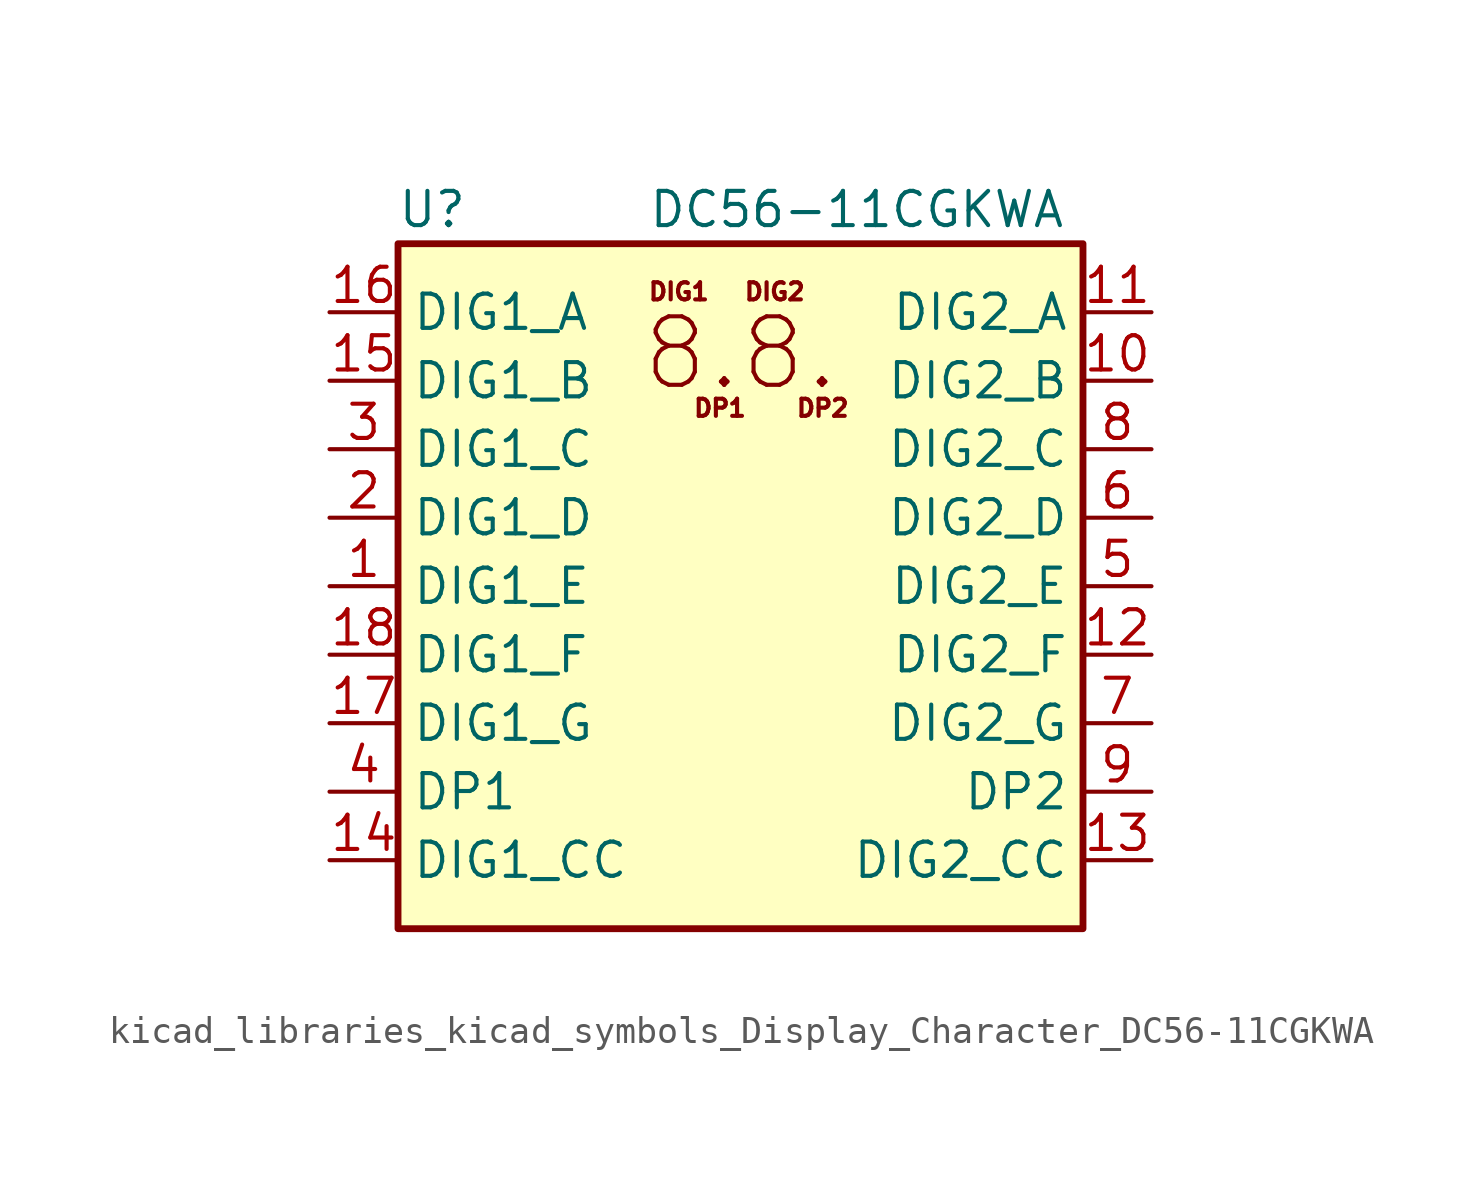
<source format=kicad_sym>
(kicad_symbol_lib
  (version 20220914)
  (generator kicad_symbol_editor)
  (symbol "kicad_libraries_kicad_symbols_Display_Character_DC56-11CGKWA"
    (property "Reference" "U"
      (at -11.43 13.97 0)
      (effects (font (size 1.27 1.27))))
    (property "Value" "DC56-11CGKWA"
      (at 12.065 13.97 0)
      (effects (font (size 1.27 1.27)) (justify right)))
    (symbol "kicad_libraries_kicad_symbols_Display_Character_DC56-11CGKWA_0_0"
      (text "8.8." (at 0 8.636 0) (effects (font (size 2.54 2.54))))
      (text "DIG1" (at -2.286 10.922 0) (effects (font (size 0.635 0.635))))
      (text "DIG2" (at 1.27 10.922 0) (effects (font (size 0.635 0.635))))
      (text "DP1" (at -0.762 6.604 0) (effects (font (size 0.635 0.635))))
      (text "DP2" (at 3.048 6.604 0) (effects (font (size 0.635 0.635)))))
    (symbol "kicad_libraries_kicad_symbols_Display_Character_DC56-11CGKWA_0_1"
      (rectangle (start -12.7 12.7) (end 12.7 -12.7) (stroke (width 0.254) (type default)) (fill (type background))))
    (symbol "kicad_libraries_kicad_symbols_Display_Character_DC56-11CGKWA_1_1"
      (pin input line (at -15.24 0 0) (length 2.54) (name "DIG1_E" (effects (font (size 1.27 1.27)))) (number "1" (effects (font (size 1.27 1.27)))))
      (pin input line (at 15.24 7.62 180) (length 2.54) (name "DIG2_B" (effects (font (size 1.27 1.27)))) (number "10" (effects (font (size 1.27 1.27)))))
      (pin input line (at 15.24 10.16 180) (length 2.54) (name "DIG2_A" (effects (font (size 1.27 1.27)))) (number "11" (effects (font (size 1.27 1.27)))))
      (pin input line (at 15.24 -2.54 180) (length 2.54) (name "DIG2_F" (effects (font (size 1.27 1.27)))) (number "12" (effects (font (size 1.27 1.27)))))
      (pin input line (at 15.24 -10.16 180) (length 2.54) (name "DIG2_CC" (effects (font (size 1.27 1.27)))) (number "13" (effects (font (size 1.27 1.27)))))
      (pin input line (at -15.24 -10.16 0) (length 2.54) (name "DIG1_CC" (effects (font (size 1.27 1.27)))) (number "14" (effects (font (size 1.27 1.27)))))
      (pin input line (at -15.24 7.62 0) (length 2.54) (name "DIG1_B" (effects (font (size 1.27 1.27)))) (number "15" (effects (font (size 1.27 1.27)))))
      (pin input line (at -15.24 10.16 0) (length 2.54) (name "DIG1_A" (effects (font (size 1.27 1.27)))) (number "16" (effects (font (size 1.27 1.27)))))
      (pin input line (at -15.24 -5.08 0) (length 2.54) (name "DIG1_G" (effects (font (size 1.27 1.27)))) (number "17" (effects (font (size 1.27 1.27)))))
      (pin input line (at -15.24 -2.54 0) (length 2.54) (name "DIG1_F" (effects (font (size 1.27 1.27)))) (number "18" (effects (font (size 1.27 1.27)))))
      (pin input line (at -15.24 2.54 0) (length 2.54) (name "DIG1_D" (effects (font (size 1.27 1.27)))) (number "2" (effects (font (size 1.27 1.27)))))
      (pin input line (at -15.24 5.08 0) (length 2.54) (name "DIG1_C" (effects (font (size 1.27 1.27)))) (number "3" (effects (font (size 1.27 1.27)))))
      (pin input line (at -15.24 -7.62 0) (length 2.54) (name "DP1" (effects (font (size 1.27 1.27)))) (number "4" (effects (font (size 1.27 1.27)))))
      (pin input line (at 15.24 0 180) (length 2.54) (name "DIG2_E" (effects (font (size 1.27 1.27)))) (number "5" (effects (font (size 1.27 1.27)))))
      (pin input line (at 15.24 2.54 180) (length 2.54) (name "DIG2_D" (effects (font (size 1.27 1.27)))) (number "6" (effects (font (size 1.27 1.27)))))
      (pin input line (at 15.24 -5.08 180) (length 2.54) (name "DIG2_G" (effects (font (size 1.27 1.27)))) (number "7" (effects (font (size 1.27 1.27)))))
      (pin input line (at 15.24 5.08 180) (length 2.54) (name "DIG2_C" (effects (font (size 1.27 1.27)))) (number "8" (effects (font (size 1.27 1.27)))))
      (pin input line (at 15.24 -7.62 180) (length 2.54) (name "DP2" (effects (font (size 1.27 1.27)))) (number "9" (effects (font (size 1.27 1.27))))))))
</source>
